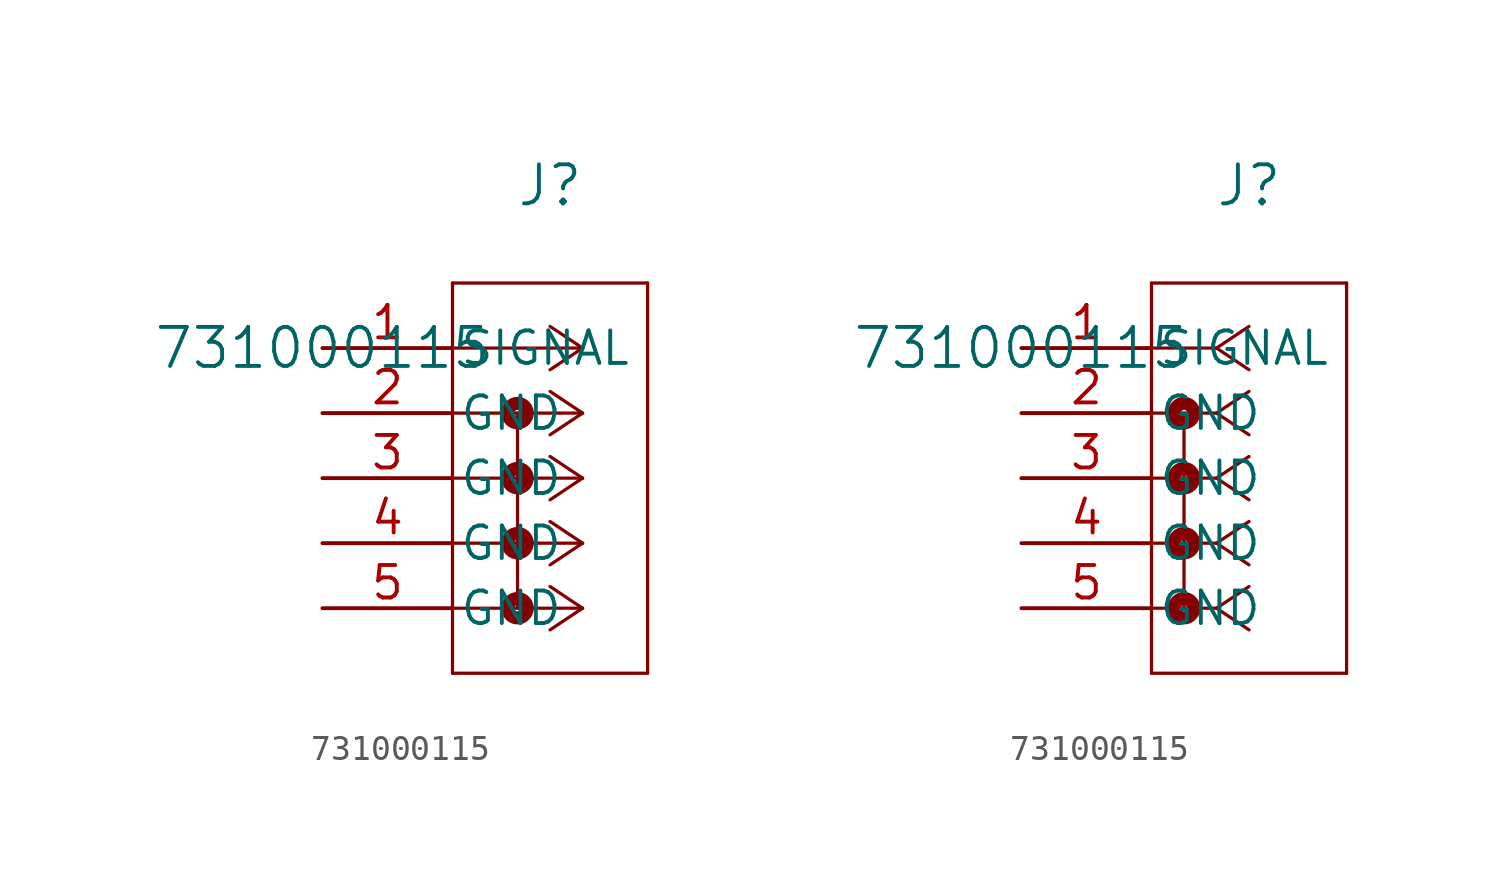
<source format=kicad_sym>
(kicad_symbol_lib
  (version 20211014)
  (generator kicad_symbol_editor)
  (symbol "731000115"
    (pin_names
      (offset 0.254))
    (property "Reference" "J"
      (at 8.89 6.35 0)
      (effects (font (size 1.524 1.524))))
    (property "Value" "731000115"
      (at 0 0 0)
      (effects (font (size 1.524 1.524))))
    (symbol "731000115_1_1"
      (polyline (pts (xy 10.16 0) (xy 5.08 0)) (stroke (width 0.127) (type default) (color 0 0 0 0)) (fill (type none)))
      (polyline (pts (xy 10.16 -2.54) (xy 5.08 -2.54)) (stroke (width 0.127) (type default) (color 0 0 0 0)) (fill (type none)))
      (polyline (pts (xy 10.16 -5.08) (xy 5.08 -5.08)) (stroke (width 0.127) (type default) (color 0 0 0 0)) (fill (type none)))
      (polyline (pts (xy 10.16 -7.62) (xy 5.08 -7.62)) (stroke (width 0.127) (type default) (color 0 0 0 0)) (fill (type none)))
      (polyline (pts (xy 10.16 -10.16) (xy 5.08 -10.16)) (stroke (width 0.127) (type default) (color 0 0 0 0)) (fill (type none)))
      (polyline (pts (xy 10.16 0) (xy 8.89 0.847)) (stroke (width 0.127) (type default) (color 0 0 0 0)) (fill (type none)))
      (polyline (pts (xy 10.16 -2.54) (xy 8.89 -1.693)) (stroke (width 0.127) (type default) (color 0 0 0 0)) (fill (type none)))
      (polyline (pts (xy 10.16 -5.08) (xy 8.89 -4.233)) (stroke (width 0.127) (type default) (color 0 0 0 0)) (fill (type none)))
      (polyline (pts (xy 10.16 -7.62) (xy 8.89 -6.773)) (stroke (width 0.127) (type default) (color 0 0 0 0)) (fill (type none)))
      (polyline (pts (xy 10.16 -10.16) (xy 8.89 -9.313)) (stroke (width 0.127) (type default) (color 0 0 0 0)) (fill (type none)))
      (polyline (pts (xy 10.16 0) (xy 8.89 -0.847)) (stroke (width 0.127) (type default) (color 0 0 0 0)) (fill (type none)))
      (polyline (pts (xy 10.16 -2.54) (xy 8.89 -3.387)) (stroke (width 0.127) (type default) (color 0 0 0 0)) (fill (type none)))
      (polyline (pts (xy 10.16 -5.08) (xy 8.89 -5.927)) (stroke (width 0.127) (type default) (color 0 0 0 0)) (fill (type none)))
      (polyline (pts (xy 10.16 -7.62) (xy 8.89 -8.467)) (stroke (width 0.127) (type default) (color 0 0 0 0)) (fill (type none)))
      (polyline (pts (xy 10.16 -10.16) (xy 8.89 -11.007)) (stroke (width 0.127) (type default) (color 0 0 0 0)) (fill (type none)))
      (polyline (pts (xy 5.08 2.54) (xy 5.08 -12.7)) (stroke (width 0.127) (type default) (color 0 0 0 0)) (fill (type none)))
      (polyline (pts (xy 5.08 -12.7) (xy 12.7 -12.7)) (stroke (width 0.127) (type default) (color 0 0 0 0)) (fill (type none)))
      (polyline (pts (xy 12.7 -12.7) (xy 12.7 2.54)) (stroke (width 0.127) (type default) (color 0 0 0 0)) (fill (type none)))
      (polyline (pts (xy 12.7 2.54) (xy 5.08 2.54)) (stroke (width 0.127) (type default) (color 0 0 0 0)) (fill (type none)))
      (circle (center 7.62 -2.54) (radius 0.127) (stroke (width 0.508) (type default) (color 0 0 0 0)) (fill (type none)))
      (polyline (pts (xy 7.62 -2.54) (xy 7.62 -10.16)) (stroke (width 0.127) (type default) (color 0 0 0 0)) (fill (type none)))
      (circle (center 7.62 -5.08) (radius 0.127) (stroke (width 0.508) (type default) (color 0 0 0 0)) (fill (type none)))
      (circle (center 7.62 -7.62) (radius 0.127) (stroke (width 0.508) (type default) (color 0 0 0 0)) (fill (type none)))
      (circle (center 7.62 -10.16) (radius 0.127) (stroke (width 0.508) (type default) (color 0 0 0 0)) (fill (type none)))
      (pin unspecified line (at 0 0 0) (length 5.08) (name "SIGNAL" (effects (font (size 1.27 1.27)))) (number "1" (effects (font (size 1.27 1.27)))))
      (pin unspecified line (at 0 -2.54 0) (length 5.08) (name "GND" (effects (font (size 1.27 1.27)))) (number "2" (effects (font (size 1.27 1.27)))))
      (pin unspecified line (at 0 -5.08 0) (length 5.08) (name "GND" (effects (font (size 1.27 1.27)))) (number "3" (effects (font (size 1.27 1.27)))))
      (pin unspecified line (at 0 -7.62 0) (length 5.08) (name "GND" (effects (font (size 1.27 1.27)))) (number "4" (effects (font (size 1.27 1.27)))))
      (pin unspecified line (at 0 -10.16 0) (length 5.08) (name "GND" (effects (font (size 1.27 1.27)))) (number "5" (effects (font (size 1.27 1.27))))))
    (symbol "731000115_1_2"
      (polyline (pts (xy 7.62 0) (xy 5.08 0)) (stroke (width 0.127) (type default) (color 0 0 0 0)) (fill (type none)))
      (polyline (pts (xy 7.62 -2.54) (xy 5.08 -2.54)) (stroke (width 0.127) (type default) (color 0 0 0 0)) (fill (type none)))
      (polyline (pts (xy 7.62 -5.08) (xy 5.08 -5.08)) (stroke (width 0.127) (type default) (color 0 0 0 0)) (fill (type none)))
      (polyline (pts (xy 7.62 -7.62) (xy 5.08 -7.62)) (stroke (width 0.127) (type default) (color 0 0 0 0)) (fill (type none)))
      (polyline (pts (xy 7.62 -10.16) (xy 5.08 -10.16)) (stroke (width 0.127) (type default) (color 0 0 0 0)) (fill (type none)))
      (polyline (pts (xy 7.62 0) (xy 8.89 0.847)) (stroke (width 0.127) (type default) (color 0 0 0 0)) (fill (type none)))
      (polyline (pts (xy 7.62 -2.54) (xy 8.89 -1.693)) (stroke (width 0.127) (type default) (color 0 0 0 0)) (fill (type none)))
      (polyline (pts (xy 7.62 -5.08) (xy 8.89 -4.233)) (stroke (width 0.127) (type default) (color 0 0 0 0)) (fill (type none)))
      (polyline (pts (xy 7.62 -7.62) (xy 8.89 -6.773)) (stroke (width 0.127) (type default) (color 0 0 0 0)) (fill (type none)))
      (polyline (pts (xy 7.62 -10.16) (xy 8.89 -9.313)) (stroke (width 0.127) (type default) (color 0 0 0 0)) (fill (type none)))
      (polyline (pts (xy 7.62 0) (xy 8.89 -0.847)) (stroke (width 0.127) (type default) (color 0 0 0 0)) (fill (type none)))
      (polyline (pts (xy 7.62 -2.54) (xy 8.89 -3.387)) (stroke (width 0.127) (type default) (color 0 0 0 0)) (fill (type none)))
      (polyline (pts (xy 7.62 -5.08) (xy 8.89 -5.927)) (stroke (width 0.127) (type default) (color 0 0 0 0)) (fill (type none)))
      (polyline (pts (xy 7.62 -7.62) (xy 8.89 -8.467)) (stroke (width 0.127) (type default) (color 0 0 0 0)) (fill (type none)))
      (polyline (pts (xy 7.62 -10.16) (xy 8.89 -11.007)) (stroke (width 0.127) (type default) (color 0 0 0 0)) (fill (type none)))
      (polyline (pts (xy 5.08 2.54) (xy 5.08 -12.7)) (stroke (width 0.127) (type default) (color 0 0 0 0)) (fill (type none)))
      (polyline (pts (xy 5.08 -12.7) (xy 12.7 -12.7)) (stroke (width 0.127) (type default) (color 0 0 0 0)) (fill (type none)))
      (polyline (pts (xy 12.7 -12.7) (xy 12.7 2.54)) (stroke (width 0.127) (type default) (color 0 0 0 0)) (fill (type none)))
      (polyline (pts (xy 12.7 2.54) (xy 5.08 2.54)) (stroke (width 0.127) (type default) (color 0 0 0 0)) (fill (type none)))
      (circle (center 6.35 -2.54) (radius 0.127) (stroke (width 0.508) (type default) (color 0 0 0 0)) (fill (type none)))
      (polyline (pts (xy 6.35 -2.54) (xy 6.35 -10.16)) (stroke (width 0.127) (type default) (color 0 0 0 0)) (fill (type none)))
      (circle (center 6.35 -5.08) (radius 0.127) (stroke (width 0.508) (type default) (color 0 0 0 0)) (fill (type none)))
      (circle (center 6.35 -7.62) (radius 0.127) (stroke (width 0.508) (type default) (color 0 0 0 0)) (fill (type none)))
      (circle (center 6.35 -10.16) (radius 0.127) (stroke (width 0.508) (type default) (color 0 0 0 0)) (fill (type none)))
      (pin unspecified line (at 0 0 0) (length 5.08) (name "SIGNAL" (effects (font (size 1.27 1.27)))) (number "1" (effects (font (size 1.27 1.27)))))
      (pin unspecified line (at 0 -2.54 0) (length 5.08) (name "GND" (effects (font (size 1.27 1.27)))) (number "2" (effects (font (size 1.27 1.27)))))
      (pin unspecified line (at 0 -5.08 0) (length 5.08) (name "GND" (effects (font (size 1.27 1.27)))) (number "3" (effects (font (size 1.27 1.27)))))
      (pin unspecified line (at 0 -7.62 0) (length 5.08) (name "GND" (effects (font (size 1.27 1.27)))) (number "4" (effects (font (size 1.27 1.27)))))
      (pin unspecified line (at 0 -10.16 0) (length 5.08) (name "GND" (effects (font (size 1.27 1.27)))) (number "5" (effects (font (size 1.27 1.27))))))))
</source>
